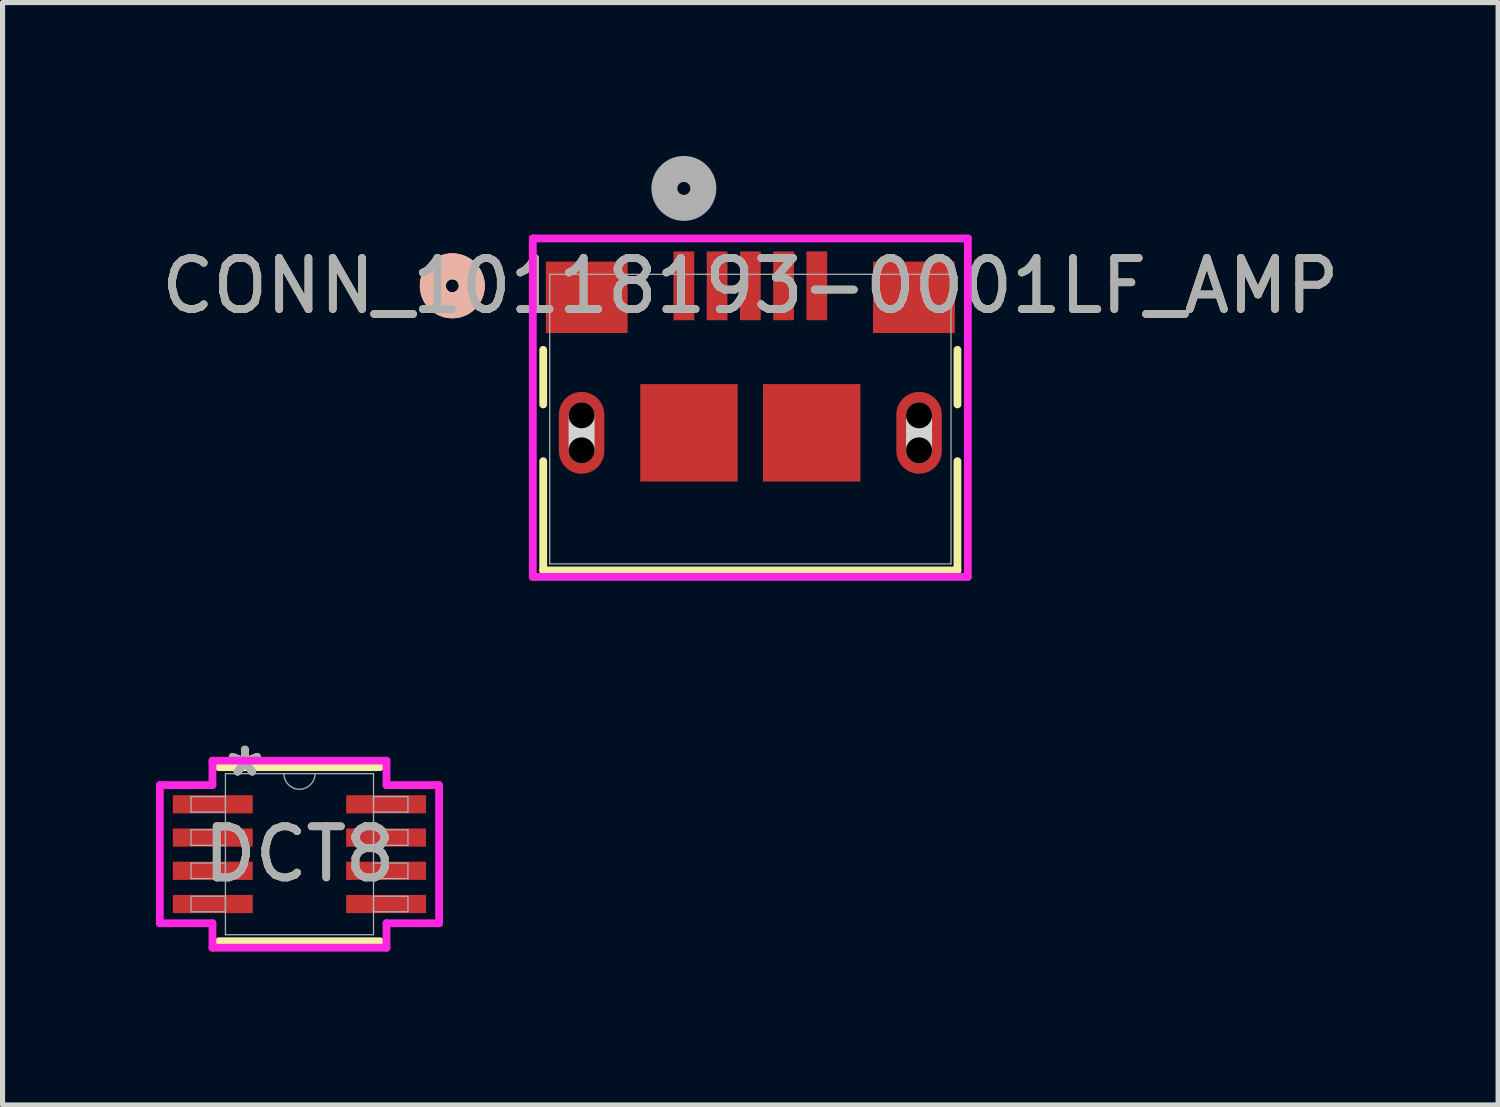
<source format=kicad_pcb>
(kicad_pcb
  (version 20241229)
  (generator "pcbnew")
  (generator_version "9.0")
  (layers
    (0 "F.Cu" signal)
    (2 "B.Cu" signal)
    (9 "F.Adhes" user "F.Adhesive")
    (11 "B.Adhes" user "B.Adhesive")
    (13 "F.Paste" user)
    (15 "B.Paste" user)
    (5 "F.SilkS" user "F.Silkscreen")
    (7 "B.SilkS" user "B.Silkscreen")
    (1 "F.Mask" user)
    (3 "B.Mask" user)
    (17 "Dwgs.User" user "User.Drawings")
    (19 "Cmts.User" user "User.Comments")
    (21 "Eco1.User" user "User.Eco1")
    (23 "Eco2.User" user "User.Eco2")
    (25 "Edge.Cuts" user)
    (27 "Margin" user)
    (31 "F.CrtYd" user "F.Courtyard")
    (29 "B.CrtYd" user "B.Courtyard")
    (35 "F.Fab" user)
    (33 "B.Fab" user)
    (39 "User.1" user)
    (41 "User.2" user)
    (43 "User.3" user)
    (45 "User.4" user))
  (footprint "DCT8"
    (layer "F.Cu")
    (at 2.807 13.656)
    (property "Reference" "DCT8" (at 0 0 0) (unlocked yes) (layer "F.SilkS") (effects (font (size 1 1) (thickness 0.15))))
    (attr smd)
    (fp_line (start -1.575 1.702) (end 1.575 1.702) (stroke (width 0.152) (type solid)) (layer "F.SilkS"))
    (fp_line (start 1.575 -1.702) (end -1.575 -1.702) (stroke (width 0.152) (type solid)) (layer "F.SilkS"))
    (fp_line (start -2.731 -1.351) (end -1.702 -1.351) (stroke (width 0.152) (type solid)) (layer "F.CrtYd"))
    (fp_line (start -2.731 1.351) (end -2.731 -1.351) (stroke (width 0.152) (type solid)) (layer "F.CrtYd"))
    (fp_line (start -2.731 1.351) (end -1.702 1.351) (stroke (width 0.152) (type solid)) (layer "F.CrtYd"))
    (fp_line (start -1.702 -1.829) (end 1.702 -1.829) (stroke (width 0.152) (type solid)) (layer "F.CrtYd"))
    (fp_line (start -1.702 -1.351) (end -1.702 -1.829) (stroke (width 0.152) (type solid)) (layer "F.CrtYd"))
    (fp_line (start -1.702 1.829) (end -1.702 1.351) (stroke (width 0.152) (type solid)) (layer "F.CrtYd"))
    (fp_line (start 1.702 -1.829) (end 1.702 -1.351) (stroke (width 0.152) (type solid)) (layer "F.CrtYd"))
    (fp_line (start 1.702 1.351) (end 1.702 1.829) (stroke (width 0.152) (type solid)) (layer "F.CrtYd"))
    (fp_line (start 1.702 1.829) (end -1.702 1.829) (stroke (width 0.152) (type solid)) (layer "F.CrtYd"))
    (fp_line (start 2.731 -1.351) (end 1.702 -1.351) (stroke (width 0.152) (type solid)) (layer "F.CrtYd"))
    (fp_line (start 2.731 -1.351) (end 2.731 1.351) (stroke (width 0.152) (type solid)) (layer "F.CrtYd"))
    (fp_line (start 2.731 1.351) (end 1.702 1.351) (stroke (width 0.152) (type solid)) (layer "F.CrtYd"))
    (fp_line (start -2.121 -1.127) (end -2.121 -0.823) (stroke (width 0.025) (type solid)) (layer "F.Fab"))
    (fp_line (start -2.121 -0.823) (end -1.448 -0.823) (stroke (width 0.025) (type solid)) (layer "F.Fab"))
    (fp_line (start -2.121 -0.477) (end -2.121 -0.173) (stroke (width 0.025) (type solid)) (layer "F.Fab"))
    (fp_line (start -2.121 -0.173) (end -1.448 -0.173) (stroke (width 0.025) (type solid)) (layer "F.Fab"))
    (fp_line (start -2.121 0.173) (end -2.121 0.477) (stroke (width 0.025) (type solid)) (layer "F.Fab"))
    (fp_line (start -2.121 0.477) (end -1.448 0.477) (stroke (width 0.025) (type solid)) (layer "F.Fab"))
    (fp_line (start -2.121 0.823) (end -2.121 1.127) (stroke (width 0.025) (type solid)) (layer "F.Fab"))
    (fp_line (start -2.121 1.127) (end -1.448 1.127) (stroke (width 0.025) (type solid)) (layer "F.Fab"))
    (fp_line (start -1.448 -1.575) (end -1.448 1.575) (stroke (width 0.025) (type solid)) (layer "F.Fab"))
    (fp_line (start -1.448 -1.127) (end -2.121 -1.127) (stroke (width 0.025) (type solid)) (layer "F.Fab"))
    (fp_line (start -1.448 -0.823) (end -1.448 -1.127) (stroke (width 0.025) (type solid)) (layer "F.Fab"))
    (fp_line (start -1.448 -0.477) (end -2.121 -0.477) (stroke (width 0.025) (type solid)) (layer "F.Fab"))
    (fp_line (start -1.448 -0.173) (end -1.448 -0.477) (stroke (width 0.025) (type solid)) (layer "F.Fab"))
    (fp_line (start -1.448 0.173) (end -2.121 0.173) (stroke (width 0.025) (type solid)) (layer "F.Fab"))
    (fp_line (start -1.448 0.477) (end -1.448 0.173) (stroke (width 0.025) (type solid)) (layer "F.Fab"))
    (fp_line (start -1.448 0.823) (end -2.121 0.823) (stroke (width 0.025) (type solid)) (layer "F.Fab"))
    (fp_line (start -1.448 1.127) (end -1.448 0.823) (stroke (width 0.025) (type solid)) (layer "F.Fab"))
    (fp_line (start -1.448 1.575) (end 1.448 1.575) (stroke (width 0.025) (type solid)) (layer "F.Fab"))
    (fp_line (start 1.448 -1.575) (end -1.448 -1.575) (stroke (width 0.025) (type solid)) (layer "F.Fab"))
    (fp_line (start 1.448 -1.127) (end 1.448 -0.823) (stroke (width 0.025) (type solid)) (layer "F.Fab"))
    (fp_line (start 1.448 -0.823) (end 2.121 -0.823) (stroke (width 0.025) (type solid)) (layer "F.Fab"))
    (fp_line (start 1.448 -0.477) (end 1.448 -0.173) (stroke (width 0.025) (type solid)) (layer "F.Fab"))
    (fp_line (start 1.448 -0.173) (end 2.121 -0.173) (stroke (width 0.025) (type solid)) (layer "F.Fab"))
    (fp_line (start 1.448 0.173) (end 1.448 0.477) (stroke (width 0.025) (type solid)) (layer "F.Fab"))
    (fp_line (start 1.448 0.477) (end 2.121 0.477) (stroke (width 0.025) (type solid)) (layer "F.Fab"))
    (fp_line (start 1.448 0.823) (end 1.448 1.127) (stroke (width 0.025) (type solid)) (layer "F.Fab"))
    (fp_line (start 1.448 1.127) (end 2.121 1.127) (stroke (width 0.025) (type solid)) (layer "F.Fab"))
    (fp_line (start 1.448 1.575) (end 1.448 -1.575) (stroke (width 0.025) (type solid)) (layer "F.Fab"))
    (fp_line (start 2.121 -1.127) (end 1.448 -1.127) (stroke (width 0.025) (type solid)) (layer "F.Fab"))
    (fp_line (start 2.121 -0.823) (end 2.121 -1.127) (stroke (width 0.025) (type solid)) (layer "F.Fab"))
    (fp_line (start 2.121 -0.477) (end 1.448 -0.477) (stroke (width 0.025) (type solid)) (layer "F.Fab"))
    (fp_line (start 2.121 -0.173) (end 2.121 -0.477) (stroke (width 0.025) (type solid)) (layer "F.Fab"))
    (fp_line (start 2.121 0.173) (end 1.448 0.173) (stroke (width 0.025) (type solid)) (layer "F.Fab"))
    (fp_line (start 2.121 0.477) (end 2.121 0.173) (stroke (width 0.025) (type solid)) (layer "F.Fab"))
    (fp_line (start 2.121 0.823) (end 1.448 0.823) (stroke (width 0.025) (type solid)) (layer "F.Fab"))
    (fp_line (start 2.121 1.127) (end 2.121 0.823) (stroke (width 0.025) (type solid)) (layer "F.Fab"))
    (fp_arc (start 0.3048 -1.5748) (mid 0 -1.27) (end -0.3048 -1.5748) (stroke (width 0.0254) (type solid)) (layer "F.Fab"))
    (fp_text user "*" (at -1.067 -1.499 0) (layer "F.SilkS") (effects (font (size 1 1) (thickness 0.15))))
    (fp_text user "*" (at -1.067 -1.499 0) (unlocked yes) (layer "F.SilkS") (effects (font (size 1 1) (thickness 0.15))))
    (fp_text user "${REFERENCE}" (at 0 0 0) (unlocked yes) (layer "F.Fab") (effects (font (size 1 1) (thickness 0.15))))
    (fp_text user "*" (at -1.067 -1.499 0) (layer "F.Fab") (effects (font (size 1 1) (thickness 0.15))))
    (fp_text user "*" (at -1.067 -1.499 0) (unlocked yes) (layer "F.Fab") (effects (font (size 1 1) (thickness 0.15))))
    (pad "1" smd rect (at -1.695 -0.975) (size 1.562 0.356) (layers "F.Cu" "F.Mask" "F.Paste"))
    (pad "2" smd rect (at -1.695 -0.325) (size 1.562 0.356) (layers "F.Cu" "F.Mask" "F.Paste"))
    (pad "3" smd rect (at -1.695 0.325) (size 1.562 0.356) (layers "F.Cu" "F.Mask" "F.Paste"))
    (pad "4" smd rect (at -1.695 0.975) (size 1.562 0.356) (layers "F.Cu" "F.Mask" "F.Paste"))
    (pad "5" smd rect (at 1.695 0.975) (size 1.562 0.356) (layers "F.Cu" "F.Mask" "F.Paste"))
    (pad "6" smd rect (at 1.695 0.325) (size 1.562 0.356) (layers "F.Cu" "F.Mask" "F.Paste"))
    (pad "7" smd rect (at 1.695 -0.325) (size 1.562 0.356) (layers "F.Cu" "F.Mask" "F.Paste"))
    (pad "8" smd rect (at 1.695 -0.975) (size 1.562 0.356) (layers "F.Cu" "F.Mask" "F.Paste")))
  (footprint "CONN_10118193-0001LF_AMP"
    (layer "F.Cu")
    (at 11.625 5.147)
    (property "Reference" "CONN_10118193-0001LF_AMP" (at 0 -2.607 0) (unlocked yes) (layer "F.SilkS") (effects (font (size 1 1) (thickness 0.15))))
    (attr smd)
    (fp_line (start -4.051 -1.355) (end -4.051 -0.287) (stroke (width 0.152) (type solid)) (layer "F.SilkS"))
    (fp_line (start -4.051 0.823) (end -4.051 2.959) (stroke (width 0.152) (type solid)) (layer "F.SilkS"))
    (fp_line (start -4.051 2.959) (end 4.051 2.959) (stroke (width 0.152) (type solid)) (layer "F.SilkS"))
    (fp_line (start 4.051 -0.287) (end 4.051 -1.355) (stroke (width 0.152) (type solid)) (layer "F.SilkS"))
    (fp_line (start 4.051 2.959) (end 4.051 0.823) (stroke (width 0.152) (type solid)) (layer "F.SilkS"))
    (fp_circle (center -5.829 -2.607) (end -5.448 -2.607) (stroke (width 0.508) (type solid)) (fill no) (layer "F.SilkS"))
    (fp_circle (center -5.829 -2.607) (end -5.448 -2.607) (stroke (width 0.508) (type solid)) (fill no) (layer "B.SilkS"))
    (fp_line (start -3.3 0.611) (end -3.3 -0.075) (stroke (width 0.508) (type solid)) (layer "Edge.Cuts"))
    (fp_line (start 3.3 0.611) (end 3.3 -0.075) (stroke (width 0.508) (type solid)) (layer "Edge.Cuts"))
    (fp_line (start -4.254 -3.534) (end -4.254 3.086) (stroke (width 0.152) (type solid)) (layer "F.CrtYd"))
    (fp_line (start -4.254 3.086) (end 4.254 3.086) (stroke (width 0.152) (type solid)) (layer "F.CrtYd"))
    (fp_line (start 4.254 -3.534) (end -4.254 -3.534) (stroke (width 0.152) (type solid)) (layer "F.CrtYd"))
    (fp_line (start 4.254 3.086) (end 4.254 -3.534) (stroke (width 0.152) (type solid)) (layer "F.CrtYd"))
    (fp_line (start -3.924 -2.832) (end -3.924 2.832) (stroke (width 0.025) (type solid)) (layer "F.Fab"))
    (fp_line (start -3.924 2.832) (end 3.924 2.832) (stroke (width 0.025) (type solid)) (layer "F.Fab"))
    (fp_line (start 3.924 -2.832) (end -3.924 -2.832) (stroke (width 0.025) (type solid)) (layer "F.Fab"))
    (fp_line (start 3.924 2.832) (end 3.924 -2.832) (stroke (width 0.025) (type solid)) (layer "F.Fab"))
    (fp_circle (center -1.3 -4.512) (end -0.919 -4.512) (stroke (width 0.508) (type solid)) (fill no) (layer "F.Fab"))
    (fp_text user "${REFERENCE}" (at 0 -2.607 0) (unlocked yes) (layer "F.Fab") (effects (font (size 1 1) (thickness 0.15))))
    (pad "" np_thru_hole circle (at -3.3 -0.075) (size 0.508 0.508) (drill 0.508) (layers))
    (pad "" np_thru_hole circle (at -3.3 0.611) (size 0.508 0.508) (drill 0.508) (layers))
    (pad "" np_thru_hole circle (at 3.3 -0.075) (size 0.508 0.508) (drill 0.508) (layers))
    (pad "" np_thru_hole circle (at 3.3 0.611) (size 0.508 0.508) (drill 0.508) (layers))
    (pad "1" smd rect (at -1.3 -2.607) (size 0.406 1.346) (layers "F.Cu" "F.Mask" "F.Paste"))
    (pad "2" smd rect (at -0.65 -2.607) (size 0.406 1.346) (layers "F.Cu" "F.Mask" "F.Paste"))
    (pad "3" smd rect (at 0 -2.607) (size 0.406 1.346) (layers "F.Cu" "F.Mask" "F.Paste"))
    (pad "4" smd rect (at 0.65 -2.607) (size 0.406 1.346) (layers "F.Cu" "F.Mask" "F.Paste"))
    (pad "5" smd rect (at 1.3 -2.607) (size 0.406 1.346) (layers "F.Cu" "F.Mask" "F.Paste"))
    (pad "6" smd rect (at -3.2 -2.382) (size 1.6 1.397) (layers "F.Cu" "F.Mask" "F.Paste"))
    (pad "7" smd rect (at 3.2 -2.382) (size 1.6 1.397) (layers "F.Cu" "F.Mask" "F.Paste"))
    (pad "8" smd rect (at -1.2 0.268) (size 1.905 1.905) (layers "F.Cu" "F.Mask" "F.Paste"))
    (pad "9" smd rect (at 1.2 0.268) (size 1.905 1.905) (layers "F.Cu" "F.Mask" "F.Paste"))
    (pad "10" smd oval (at -3.3 0.268) (size 0.889 1.6) (layers "F.Cu" "F.Mask" "F.Paste"))
    (pad "11" smd oval (at 3.3 0.268) (size 0.889 1.6) (layers "F.Cu" "F.Mask" "F.Paste")))
  (gr_rect
    (start -3 -3)
    (end 26.25 18.561)
    (stroke (width 0.1) (type default))
    (fill no)
    (layer "Edge.Cuts")))
</source>
